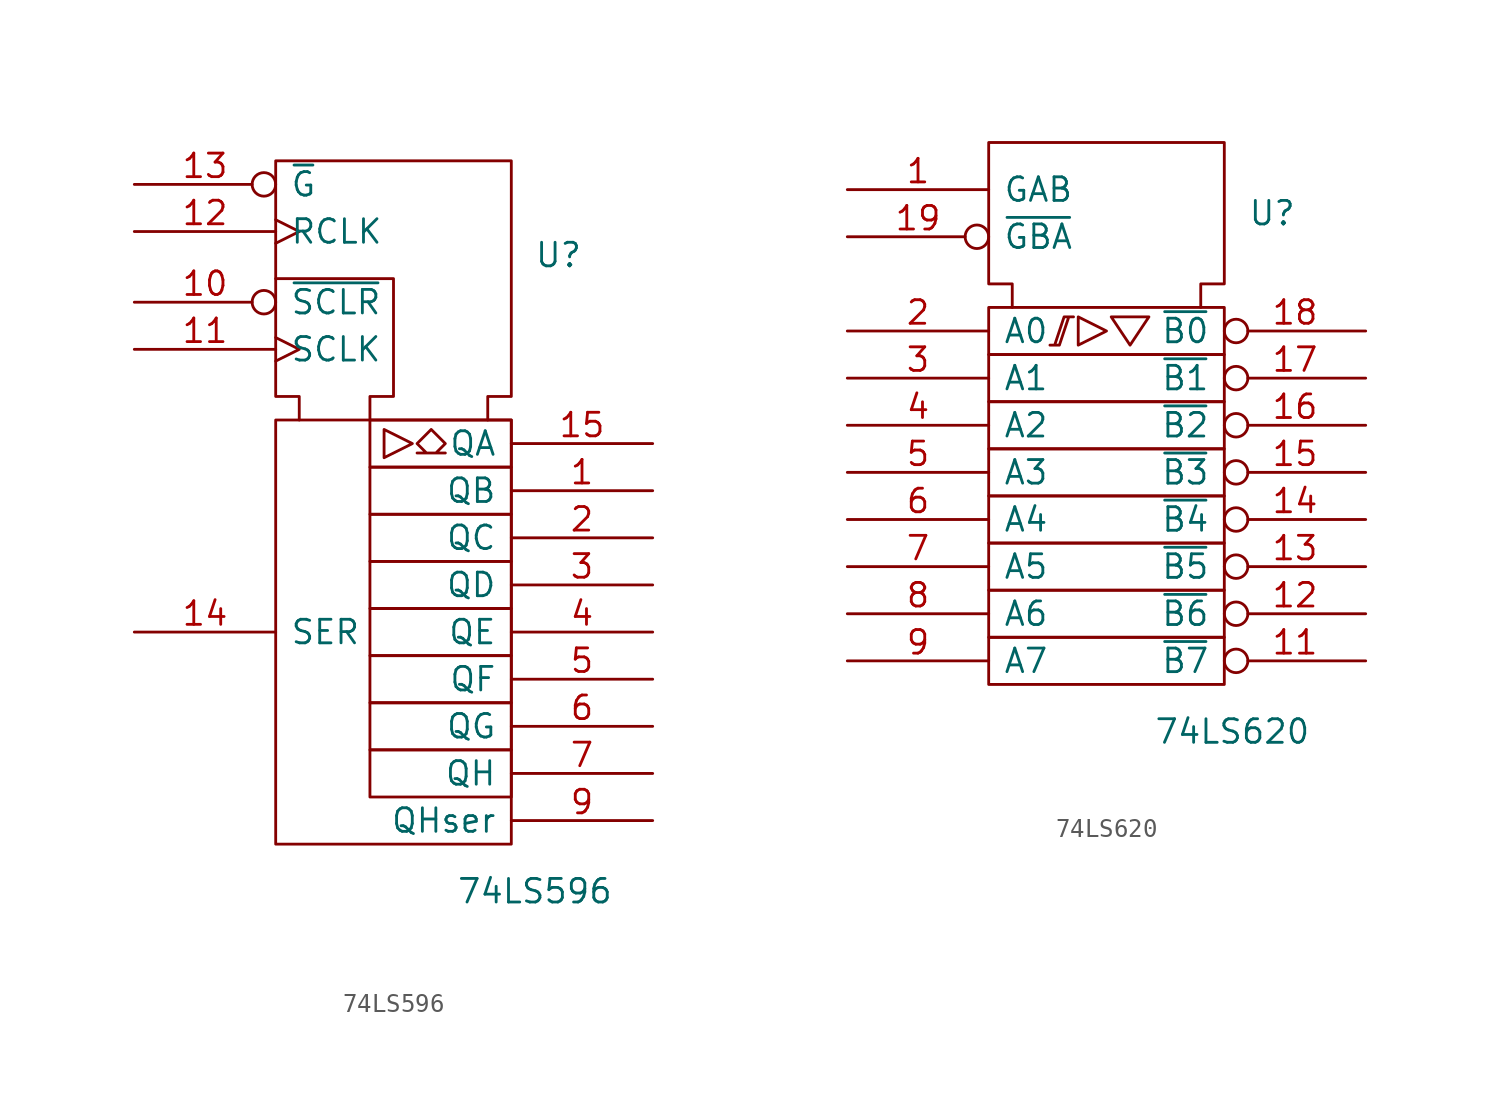
<source format=kicad_sym>
(kicad_symbol_lib
  (version 20201005)
  (generator kicad_symbol_editor)
  (symbol "74xx_IEEE:74LS596"
    (pin_names
      (offset 0.762))
    (property "Reference" "U"
      (at 8.89 10.16 0)
      (effects (font (size 1.27 1.27))))
    (property "Value" "74LS596"
      (at 7.62 -24.13 0)
      (effects (font (size 1.27 1.27))))
    (symbol "74LS596_0_0"
      (rectangle (start -6.35 1.27) (end 6.35 -21.59) (stroke (width 0)) (fill (type none)))
      (polyline (pts (xy -0.508 0.762) (xy -0.508 -0.762) (xy 1.016 0) (xy -0.508 0.762) (xy -0.508 0.762)) (stroke (width 0)) (fill (type none)))
      (polyline (pts (xy -6.35 8.89) (xy 0 8.89) (xy 0 2.54) (xy -1.27 2.54) (xy -1.27 1.27) (xy -1.27 1.27)) (stroke (width 0)) (fill (type none)))
      (polyline (pts (xy -5.08 1.27) (xy -5.08 2.54) (xy -6.35 2.54) (xy -6.35 15.24) (xy 6.35 15.24) (xy 6.35 2.54) (xy 5.08 2.54) (xy 5.08 1.27) (xy 5.08 1.27)) (stroke (width 0)) (fill (type none)))
      (polyline (pts (xy 2.032 0.762) (xy 2.794 0) (xy 2.286 -0.508) (xy 2.794 -0.508) (xy 1.27 -0.508) (xy 1.778 -0.508) (xy 1.27 0) (xy 2.032 0.762) (xy 2.032 0.762)) (stroke (width 0)) (fill (type none))))
    (symbol "74LS596_0_1"
      (rectangle (start -1.27 -16.51) (end 6.35 -19.05) (stroke (width 0)) (fill (type none)))
      (rectangle (start -1.27 -13.97) (end 6.35 -16.51) (stroke (width 0)) (fill (type none)))
      (rectangle (start -1.27 -11.43) (end 6.35 -13.97) (stroke (width 0)) (fill (type none)))
      (rectangle (start -1.27 -8.89) (end 6.35 -11.43) (stroke (width 0)) (fill (type none)))
      (rectangle (start -1.27 -6.35) (end 6.35 -8.89) (stroke (width 0)) (fill (type none)))
      (rectangle (start -1.27 -3.81) (end 6.35 -6.35) (stroke (width 0)) (fill (type none)))
      (rectangle (start -1.27 -1.27) (end 6.35 -3.81) (stroke (width 0)) (fill (type none)))
      (rectangle (start -1.27 1.27) (end 6.35 -1.27) (stroke (width 0)) (fill (type none)))
      (pin power_in line (at 0 15.24 270) (length 0) hide (name "GND" (effects (font (size 1.27 1.27)))) (number "8" (effects (font (size 1.27 1.27))))))
    (symbol "74LS596_1_1"
      (pin tri_state line (at 13.97 -2.54 180) (length 7.62) (name "QB" (effects (font (size 1.27 1.27)))) (number "1" (effects (font (size 1.27 1.27)))))
      (pin input inverted (at -13.97 7.62 0) (length 7.62) (name "~SCLR" (effects (font (size 1.27 1.27)))) (number "10" (effects (font (size 1.27 1.27)))))
      (pin input clock (at -13.97 5.08 0) (length 7.62) (name "SCLK" (effects (font (size 1.27 1.27)))) (number "11" (effects (font (size 1.27 1.27)))))
      (pin input clock (at -13.97 11.43 0) (length 7.62) (name "RCLK" (effects (font (size 1.27 1.27)))) (number "12" (effects (font (size 1.27 1.27)))))
      (pin input inverted (at -13.97 13.97 0) (length 7.62) (name "~G" (effects (font (size 1.27 1.27)))) (number "13" (effects (font (size 1.27 1.27)))))
      (pin input line (at -13.97 -10.16 0) (length 7.62) (name "SER" (effects (font (size 1.27 1.27)))) (number "14" (effects (font (size 1.27 1.27)))))
      (pin tri_state line (at 13.97 0 180) (length 7.62) (name "QA" (effects (font (size 1.27 1.27)))) (number "15" (effects (font (size 1.27 1.27)))))
      (pin power_in line (at 3.81 15.24 270) (length 0) hide (name "VCC" (effects (font (size 1.27 1.27)))) (number "16" (effects (font (size 1.27 1.27)))))
      (pin tri_state line (at 13.97 -5.08 180) (length 7.62) (name "QC" (effects (font (size 1.27 1.27)))) (number "2" (effects (font (size 1.27 1.27)))))
      (pin tri_state line (at 13.97 -7.62 180) (length 7.62) (name "QD" (effects (font (size 1.27 1.27)))) (number "3" (effects (font (size 1.27 1.27)))))
      (pin tri_state line (at 13.97 -10.16 180) (length 7.62) (name "QE" (effects (font (size 1.27 1.27)))) (number "4" (effects (font (size 1.27 1.27)))))
      (pin tri_state line (at 13.97 -12.7 180) (length 7.62) (name "QF" (effects (font (size 1.27 1.27)))) (number "5" (effects (font (size 1.27 1.27)))))
      (pin tri_state line (at 13.97 -15.24 180) (length 7.62) (name "QG" (effects (font (size 1.27 1.27)))) (number "6" (effects (font (size 1.27 1.27)))))
      (pin tri_state line (at 13.97 -17.78 180) (length 7.62) (name "QH" (effects (font (size 1.27 1.27)))) (number "7" (effects (font (size 1.27 1.27)))))
      (pin output line (at 13.97 -20.32 180) (length 7.62) (name "QHser" (effects (font (size 1.27 1.27)))) (number "9" (effects (font (size 1.27 1.27)))))))
  (symbol "74xx_IEEE:74LS620"
    (pin_names
      (offset 0.762))
    (property "Reference" "U"
      (at 7.62 12.7 0)
      (effects (font (size 1.27 1.27)) (justify left)))
    (property "Value" "74LS620"
      (at 2.54 -15.24 0)
      (effects (font (size 1.27 1.27)) (justify left)))
    (symbol "74LS620_0_0"
      (polyline (pts (xy -1.524 7.112) (xy -1.524 5.588) (xy 0 6.35) (xy -1.524 7.112) (xy -1.524 7.112)) (stroke (width 0)) (fill (type none)))
      (polyline (pts (xy 0.254 7.112) (xy 2.286 7.112) (xy 1.27 5.588) (xy 0.254 7.112) (xy 0.254 7.112)) (stroke (width 0)) (fill (type none)))
      (polyline (pts (xy -2.54 5.588) (xy -3.048 5.588) (xy -2.54 5.588) (xy -2.032 7.112) (xy -1.778 7.112) (xy -2.286 7.112) (xy -2.794 5.588) (xy -2.794 5.588)) (stroke (width 0)) (fill (type none)))
      (pin power_in line (at 1.27 16.51 270) (length 0) hide (name "GND" (effects (font (size 1.27 1.27)))) (number "10" (effects (font (size 1.27 1.27)))))
      (pin power_in line (at 5.08 16.51 270) (length 0) hide (name "VCC" (effects (font (size 1.27 1.27)))) (number "20" (effects (font (size 1.27 1.27))))))
    (symbol "74LS620_0_1"
      (rectangle (start -6.35 -10.16) (end 6.35 -12.7) (stroke (width 0)) (fill (type none)))
      (rectangle (start -6.35 -7.62) (end 6.35 -10.16) (stroke (width 0)) (fill (type none)))
      (rectangle (start -6.35 -5.08) (end 6.35 -7.62) (stroke (width 0)) (fill (type none)))
      (rectangle (start -6.35 -2.54) (end 6.35 -5.08) (stroke (width 0)) (fill (type none)))
      (rectangle (start -6.35 0) (end 6.35 -2.54) (stroke (width 0)) (fill (type none)))
      (rectangle (start -6.35 2.54) (end 6.35 0) (stroke (width 0)) (fill (type none)))
      (rectangle (start -6.35 5.08) (end 6.35 2.54) (stroke (width 0)) (fill (type none)))
      (rectangle (start -6.35 7.62) (end 6.35 5.08) (stroke (width 0)) (fill (type none)))
      (polyline (pts (xy -5.08 7.62) (xy -5.08 8.89) (xy -6.35 8.89) (xy -6.35 16.51) (xy 6.35 16.51) (xy 6.35 8.89) (xy 5.08 8.89) (xy 5.08 7.62) (xy 5.08 7.62)) (stroke (width 0)) (fill (type none))))
    (symbol "74LS620_1_1"
      (pin input line (at -13.97 13.97 0) (length 7.62) (name "GAB" (effects (font (size 1.27 1.27)))) (number "1" (effects (font (size 1.27 1.27)))))
      (pin tri_state inverted (at 13.97 -11.43 180) (length 7.62) (name "~B7" (effects (font (size 1.27 1.27)))) (number "11" (effects (font (size 1.27 1.27)))))
      (pin tri_state inverted (at 13.97 -8.89 180) (length 7.62) (name "~B6" (effects (font (size 1.27 1.27)))) (number "12" (effects (font (size 1.27 1.27)))))
      (pin tri_state inverted (at 13.97 -6.35 180) (length 7.62) (name "~B5" (effects (font (size 1.27 1.27)))) (number "13" (effects (font (size 1.27 1.27)))))
      (pin tri_state inverted (at 13.97 -3.81 180) (length 7.62) (name "~B4" (effects (font (size 1.27 1.27)))) (number "14" (effects (font (size 1.27 1.27)))))
      (pin tri_state inverted (at 13.97 -1.27 180) (length 7.62) (name "~B3" (effects (font (size 1.27 1.27)))) (number "15" (effects (font (size 1.27 1.27)))))
      (pin tri_state inverted (at 13.97 1.27 180) (length 7.62) (name "~B2" (effects (font (size 1.27 1.27)))) (number "16" (effects (font (size 1.27 1.27)))))
      (pin tri_state inverted (at 13.97 3.81 180) (length 7.62) (name "~B1" (effects (font (size 1.27 1.27)))) (number "17" (effects (font (size 1.27 1.27)))))
      (pin tri_state inverted (at 13.97 6.35 180) (length 7.62) (name "~B0" (effects (font (size 1.27 1.27)))) (number "18" (effects (font (size 1.27 1.27)))))
      (pin input inverted (at -13.97 11.43 0) (length 7.62) (name "~GBA" (effects (font (size 1.27 1.27)))) (number "19" (effects (font (size 1.27 1.27)))))
      (pin tri_state line (at -13.97 6.35 0) (length 7.62) (name "A0" (effects (font (size 1.27 1.27)))) (number "2" (effects (font (size 1.27 1.27)))))
      (pin tri_state line (at -13.97 3.81 0) (length 7.62) (name "A1" (effects (font (size 1.27 1.27)))) (number "3" (effects (font (size 1.27 1.27)))))
      (pin tri_state line (at -13.97 1.27 0) (length 7.62) (name "A2" (effects (font (size 1.27 1.27)))) (number "4" (effects (font (size 1.27 1.27)))))
      (pin tri_state line (at -13.97 -1.27 0) (length 7.62) (name "A3" (effects (font (size 1.27 1.27)))) (number "5" (effects (font (size 1.27 1.27)))))
      (pin tri_state line (at -13.97 -3.81 0) (length 7.62) (name "A4" (effects (font (size 1.27 1.27)))) (number "6" (effects (font (size 1.27 1.27)))))
      (pin tri_state line (at -13.97 -6.35 0) (length 7.62) (name "A5" (effects (font (size 1.27 1.27)))) (number "7" (effects (font (size 1.27 1.27)))))
      (pin tri_state line (at -13.97 -8.89 0) (length 7.62) (name "A6" (effects (font (size 1.27 1.27)))) (number "8" (effects (font (size 1.27 1.27)))))
      (pin tri_state line (at -13.97 -11.43 0) (length 7.62) (name "A7" (effects (font (size 1.27 1.27)))) (number "9" (effects (font (size 1.27 1.27))))))))
</source>
